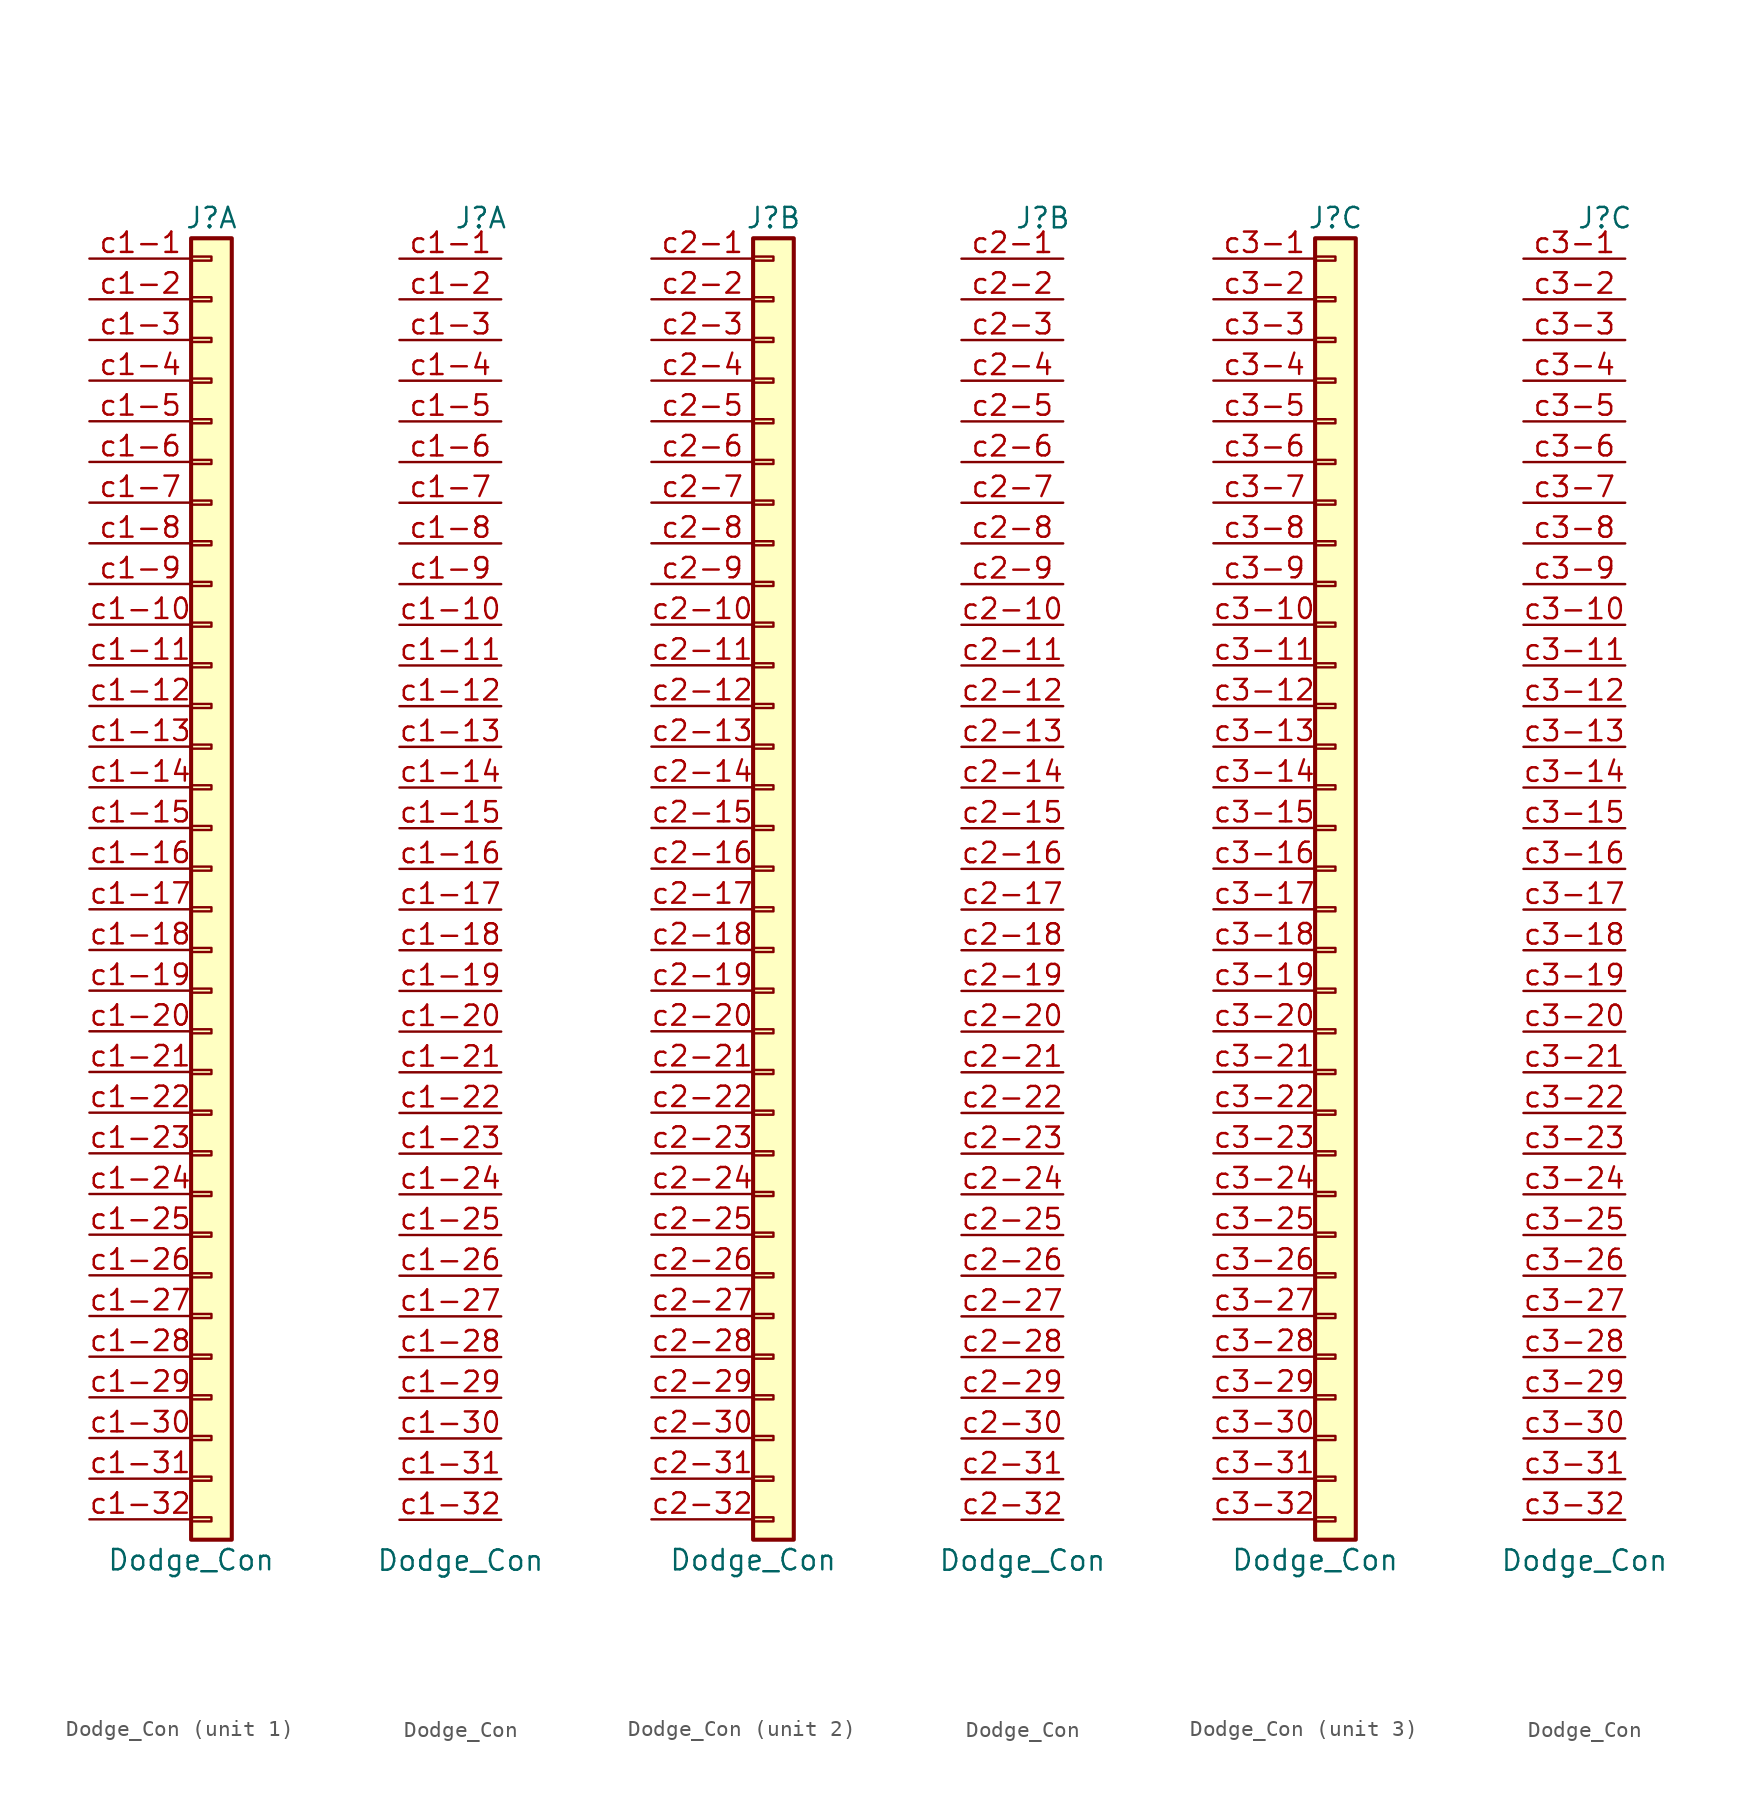
<source format=kicad_sym>
(kicad_symbol_lib
  (version 20211014)
  (generator kicad_symbol_editor)
  (symbol "Dodge_Con"
    (pin_names
      (offset 1.016) hide)
    (property "Reference" "J"
      (at 0 40.64 0)
      (effects (font (size 1.27 1.27))))
    (property "Value" "Dodge_Con"
      (at -1.27 -43.18 0)
      (effects (font (size 1.27 1.27))))
    (symbol "Dodge_Con_1_1"
      (rectangle (start -1.27 -40.513) (end 0 -40.767) (stroke (width 0.152) (type default) (color 0 0 0 0)) (fill (type none)))
      (rectangle (start -1.27 -37.973) (end 0 -38.227) (stroke (width 0.152) (type default) (color 0 0 0 0)) (fill (type none)))
      (rectangle (start -1.27 -35.433) (end 0 -35.687) (stroke (width 0.152) (type default) (color 0 0 0 0)) (fill (type none)))
      (rectangle (start -1.27 -32.893) (end 0 -33.147) (stroke (width 0.152) (type default) (color 0 0 0 0)) (fill (type none)))
      (rectangle (start -1.27 -30.353) (end 0 -30.607) (stroke (width 0.152) (type default) (color 0 0 0 0)) (fill (type none)))
      (rectangle (start -1.27 -27.813) (end 0 -28.067) (stroke (width 0.152) (type default) (color 0 0 0 0)) (fill (type none)))
      (rectangle (start -1.27 -25.273) (end 0 -25.527) (stroke (width 0.152) (type default) (color 0 0 0 0)) (fill (type none)))
      (rectangle (start -1.27 -22.733) (end 0 -22.987) (stroke (width 0.152) (type default) (color 0 0 0 0)) (fill (type none)))
      (rectangle (start -1.27 -20.193) (end 0 -20.447) (stroke (width 0.152) (type default) (color 0 0 0 0)) (fill (type none)))
      (rectangle (start -1.27 -17.653) (end 0 -17.907) (stroke (width 0.152) (type default) (color 0 0 0 0)) (fill (type none)))
      (rectangle (start -1.27 -15.113) (end 0 -15.367) (stroke (width 0.152) (type default) (color 0 0 0 0)) (fill (type none)))
      (rectangle (start -1.27 -12.573) (end 0 -12.827) (stroke (width 0.152) (type default) (color 0 0 0 0)) (fill (type none)))
      (rectangle (start -1.27 -10.033) (end 0 -10.287) (stroke (width 0.152) (type default) (color 0 0 0 0)) (fill (type none)))
      (rectangle (start -1.27 -7.493) (end 0 -7.747) (stroke (width 0.152) (type default) (color 0 0 0 0)) (fill (type none)))
      (rectangle (start -1.27 -4.953) (end 0 -5.207) (stroke (width 0.152) (type default) (color 0 0 0 0)) (fill (type none)))
      (rectangle (start -1.27 -2.413) (end 0 -2.667) (stroke (width 0.152) (type default) (color 0 0 0 0)) (fill (type none)))
      (rectangle (start -1.27 0.127) (end 0 -0.127) (stroke (width 0.152) (type default) (color 0 0 0 0)) (fill (type none)))
      (rectangle (start -1.27 2.667) (end 0 2.413) (stroke (width 0.152) (type default) (color 0 0 0 0)) (fill (type none)))
      (rectangle (start -1.27 5.207) (end 0 4.953) (stroke (width 0.152) (type default) (color 0 0 0 0)) (fill (type none)))
      (rectangle (start -1.27 7.747) (end 0 7.493) (stroke (width 0.152) (type default) (color 0 0 0 0)) (fill (type none)))
      (rectangle (start -1.27 10.287) (end 0 10.033) (stroke (width 0.152) (type default) (color 0 0 0 0)) (fill (type none)))
      (rectangle (start -1.27 12.827) (end 0 12.573) (stroke (width 0.152) (type default) (color 0 0 0 0)) (fill (type none)))
      (rectangle (start -1.27 15.367) (end 0 15.113) (stroke (width 0.152) (type default) (color 0 0 0 0)) (fill (type none)))
      (rectangle (start -1.27 17.907) (end 0 17.653) (stroke (width 0.152) (type default) (color 0 0 0 0)) (fill (type none)))
      (rectangle (start -1.27 20.447) (end 0 20.193) (stroke (width 0.152) (type default) (color 0 0 0 0)) (fill (type none)))
      (rectangle (start -1.27 22.987) (end 0 22.733) (stroke (width 0.152) (type default) (color 0 0 0 0)) (fill (type none)))
      (rectangle (start -1.27 25.527) (end 0 25.273) (stroke (width 0.152) (type default) (color 0 0 0 0)) (fill (type none)))
      (rectangle (start -1.27 28.067) (end 0 27.813) (stroke (width 0.152) (type default) (color 0 0 0 0)) (fill (type none)))
      (rectangle (start -1.27 30.607) (end 0 30.353) (stroke (width 0.152) (type default) (color 0 0 0 0)) (fill (type none)))
      (rectangle (start -1.27 33.147) (end 0 32.893) (stroke (width 0.152) (type default) (color 0 0 0 0)) (fill (type none)))
      (rectangle (start -1.27 35.687) (end 0 35.433) (stroke (width 0.152) (type default) (color 0 0 0 0)) (fill (type none)))
      (rectangle (start -1.27 38.227) (end 0 37.973) (stroke (width 0.152) (type default) (color 0 0 0 0)) (fill (type none)))
      (rectangle (start -1.27 39.37) (end 1.27 -41.91) (stroke (width 0.254) (type default) (color 0 0 0 0)) (fill (type background)))
      (pin passive line (at -7.62 38.1 0) (length 6.35) (name "Pin_1" (effects (font (size 1.27 1.27)))) (number "c1-1" (effects (font (size 1.27 1.27)))))
      (pin passive line (at -7.62 15.24 0) (length 6.35) (name "Pin_10" (effects (font (size 1.27 1.27)))) (number "c1-10" (effects (font (size 1.27 1.27)))))
      (pin passive line (at -7.62 12.7 0) (length 6.35) (name "Pin_11" (effects (font (size 1.27 1.27)))) (number "c1-11" (effects (font (size 1.27 1.27)))))
      (pin passive line (at -7.62 10.16 0) (length 6.35) (name "Pin_12" (effects (font (size 1.27 1.27)))) (number "c1-12" (effects (font (size 1.27 1.27)))))
      (pin passive line (at -7.62 7.62 0) (length 6.35) (name "Pin_13" (effects (font (size 1.27 1.27)))) (number "c1-13" (effects (font (size 1.27 1.27)))))
      (pin passive line (at -7.62 5.08 0) (length 6.35) (name "Pin_14" (effects (font (size 1.27 1.27)))) (number "c1-14" (effects (font (size 1.27 1.27)))))
      (pin passive line (at -7.62 2.54 0) (length 6.35) (name "Pin_15" (effects (font (size 1.27 1.27)))) (number "c1-15" (effects (font (size 1.27 1.27)))))
      (pin passive line (at -7.62 0 0) (length 6.35) (name "Pin_16" (effects (font (size 1.27 1.27)))) (number "c1-16" (effects (font (size 1.27 1.27)))))
      (pin passive line (at -7.62 -2.54 0) (length 6.35) (name "Pin_17" (effects (font (size 1.27 1.27)))) (number "c1-17" (effects (font (size 1.27 1.27)))))
      (pin passive line (at -7.62 -5.08 0) (length 6.35) (name "Pin_18" (effects (font (size 1.27 1.27)))) (number "c1-18" (effects (font (size 1.27 1.27)))))
      (pin passive line (at -7.62 -7.62 0) (length 6.35) (name "Pin_19" (effects (font (size 1.27 1.27)))) (number "c1-19" (effects (font (size 1.27 1.27)))))
      (pin passive line (at -7.62 35.56 0) (length 6.35) (name "Pin_2" (effects (font (size 1.27 1.27)))) (number "c1-2" (effects (font (size 1.27 1.27)))))
      (pin passive line (at -7.62 -10.16 0) (length 6.35) (name "Pin_20" (effects (font (size 1.27 1.27)))) (number "c1-20" (effects (font (size 1.27 1.27)))))
      (pin passive line (at -7.62 -12.7 0) (length 6.35) (name "Pin_21" (effects (font (size 1.27 1.27)))) (number "c1-21" (effects (font (size 1.27 1.27)))))
      (pin passive line (at -7.62 -15.24 0) (length 6.35) (name "Pin_22" (effects (font (size 1.27 1.27)))) (number "c1-22" (effects (font (size 1.27 1.27)))))
      (pin passive line (at -7.62 -17.78 0) (length 6.35) (name "Pin_23" (effects (font (size 1.27 1.27)))) (number "c1-23" (effects (font (size 1.27 1.27)))))
      (pin passive line (at -7.62 -20.32 0) (length 6.35) (name "Pin_24" (effects (font (size 1.27 1.27)))) (number "c1-24" (effects (font (size 1.27 1.27)))))
      (pin passive line (at -7.62 -22.86 0) (length 6.35) (name "Pin_25" (effects (font (size 1.27 1.27)))) (number "c1-25" (effects (font (size 1.27 1.27)))))
      (pin passive line (at -7.62 -25.4 0) (length 6.35) (name "Pin_26" (effects (font (size 1.27 1.27)))) (number "c1-26" (effects (font (size 1.27 1.27)))))
      (pin passive line (at -7.62 -27.94 0) (length 6.35) (name "Pin_27" (effects (font (size 1.27 1.27)))) (number "c1-27" (effects (font (size 1.27 1.27)))))
      (pin passive line (at -7.62 -30.48 0) (length 6.35) (name "Pin_28" (effects (font (size 1.27 1.27)))) (number "c1-28" (effects (font (size 1.27 1.27)))))
      (pin passive line (at -7.62 -33.02 0) (length 6.35) (name "Pin_29" (effects (font (size 1.27 1.27)))) (number "c1-29" (effects (font (size 1.27 1.27)))))
      (pin passive line (at -7.62 33.02 0) (length 6.35) (name "Pin_3" (effects (font (size 1.27 1.27)))) (number "c1-3" (effects (font (size 1.27 1.27)))))
      (pin passive line (at -7.62 -35.56 0) (length 6.35) (name "Pin_30" (effects (font (size 1.27 1.27)))) (number "c1-30" (effects (font (size 1.27 1.27)))))
      (pin passive line (at -7.62 -38.1 0) (length 6.35) (name "Pin_31" (effects (font (size 1.27 1.27)))) (number "c1-31" (effects (font (size 1.27 1.27)))))
      (pin passive line (at -7.62 -40.64 0) (length 6.35) (name "Pin_32" (effects (font (size 1.27 1.27)))) (number "c1-32" (effects (font (size 1.27 1.27)))))
      (pin passive line (at -7.62 30.48 0) (length 6.35) (name "Pin_4" (effects (font (size 1.27 1.27)))) (number "c1-4" (effects (font (size 1.27 1.27)))))
      (pin passive line (at -7.62 27.94 0) (length 6.35) (name "Pin_5" (effects (font (size 1.27 1.27)))) (number "c1-5" (effects (font (size 1.27 1.27)))))
      (pin passive line (at -7.62 25.4 0) (length 6.35) (name "Pin_6" (effects (font (size 1.27 1.27)))) (number "c1-6" (effects (font (size 1.27 1.27)))))
      (pin passive line (at -7.62 22.86 0) (length 6.35) (name "Pin_7" (effects (font (size 1.27 1.27)))) (number "c1-7" (effects (font (size 1.27 1.27)))))
      (pin passive line (at -7.62 20.32 0) (length 6.35) (name "Pin_8" (effects (font (size 1.27 1.27)))) (number "c1-8" (effects (font (size 1.27 1.27)))))
      (pin passive line (at -7.62 17.78 0) (length 6.35) (name "Pin_9" (effects (font (size 1.27 1.27)))) (number "c1-9" (effects (font (size 1.27 1.27))))))
    (symbol "Dodge_Con_1_2"
      (pin passive line (at -5.08 38.1 0) (length 6.35) (name "Pin_1" (effects (font (size 1.27 1.27)))) (number "c1-1" (effects (font (size 1.27 1.27)))))
      (pin passive line (at -5.08 15.24 0) (length 6.35) (name "Pin_10" (effects (font (size 1.27 1.27)))) (number "c1-10" (effects (font (size 1.27 1.27)))))
      (pin passive line (at -5.08 12.7 0) (length 6.35) (name "Pin_11" (effects (font (size 1.27 1.27)))) (number "c1-11" (effects (font (size 1.27 1.27)))))
      (pin passive line (at -5.08 10.16 0) (length 6.35) (name "Pin_12" (effects (font (size 1.27 1.27)))) (number "c1-12" (effects (font (size 1.27 1.27)))))
      (pin passive line (at -5.08 7.62 0) (length 6.35) (name "Pin_13" (effects (font (size 1.27 1.27)))) (number "c1-13" (effects (font (size 1.27 1.27)))))
      (pin passive line (at -5.08 5.08 0) (length 6.35) (name "Pin_14" (effects (font (size 1.27 1.27)))) (number "c1-14" (effects (font (size 1.27 1.27)))))
      (pin passive line (at -5.08 2.54 0) (length 6.35) (name "Pin_15" (effects (font (size 1.27 1.27)))) (number "c1-15" (effects (font (size 1.27 1.27)))))
      (pin passive line (at -5.08 0 0) (length 6.35) (name "Pin_16" (effects (font (size 1.27 1.27)))) (number "c1-16" (effects (font (size 1.27 1.27)))))
      (pin passive line (at -5.08 -2.54 0) (length 6.35) (name "Pin_17" (effects (font (size 1.27 1.27)))) (number "c1-17" (effects (font (size 1.27 1.27)))))
      (pin passive line (at -5.08 -5.08 0) (length 6.35) (name "Pin_18" (effects (font (size 1.27 1.27)))) (number "c1-18" (effects (font (size 1.27 1.27)))))
      (pin passive line (at -5.08 -7.62 0) (length 6.35) (name "Pin_19" (effects (font (size 1.27 1.27)))) (number "c1-19" (effects (font (size 1.27 1.27)))))
      (pin passive line (at -5.08 35.56 0) (length 6.35) (name "Pin_2" (effects (font (size 1.27 1.27)))) (number "c1-2" (effects (font (size 1.27 1.27)))))
      (pin passive line (at -5.08 -10.16 0) (length 6.35) (name "Pin_20" (effects (font (size 1.27 1.27)))) (number "c1-20" (effects (font (size 1.27 1.27)))))
      (pin passive line (at -5.08 -12.7 0) (length 6.35) (name "Pin_21" (effects (font (size 1.27 1.27)))) (number "c1-21" (effects (font (size 1.27 1.27)))))
      (pin passive line (at -5.08 -15.24 0) (length 6.35) (name "Pin_22" (effects (font (size 1.27 1.27)))) (number "c1-22" (effects (font (size 1.27 1.27)))))
      (pin passive line (at -5.08 -17.78 0) (length 6.35) (name "Pin_23" (effects (font (size 1.27 1.27)))) (number "c1-23" (effects (font (size 1.27 1.27)))))
      (pin passive line (at -5.08 -20.32 0) (length 6.35) (name "Pin_24" (effects (font (size 1.27 1.27)))) (number "c1-24" (effects (font (size 1.27 1.27)))))
      (pin passive line (at -5.08 -22.86 0) (length 6.35) (name "Pin_25" (effects (font (size 1.27 1.27)))) (number "c1-25" (effects (font (size 1.27 1.27)))))
      (pin passive line (at -5.08 -25.4 0) (length 6.35) (name "Pin_26" (effects (font (size 1.27 1.27)))) (number "c1-26" (effects (font (size 1.27 1.27)))))
      (pin passive line (at -5.08 -27.94 0) (length 6.35) (name "Pin_27" (effects (font (size 1.27 1.27)))) (number "c1-27" (effects (font (size 1.27 1.27)))))
      (pin passive line (at -5.08 -30.48 0) (length 6.35) (name "Pin_28" (effects (font (size 1.27 1.27)))) (number "c1-28" (effects (font (size 1.27 1.27)))))
      (pin passive line (at -5.08 -33.02 0) (length 6.35) (name "Pin_29" (effects (font (size 1.27 1.27)))) (number "c1-29" (effects (font (size 1.27 1.27)))))
      (pin passive line (at -5.08 33.02 0) (length 6.35) (name "Pin_3" (effects (font (size 1.27 1.27)))) (number "c1-3" (effects (font (size 1.27 1.27)))))
      (pin passive line (at -5.08 -35.56 0) (length 6.35) (name "Pin_30" (effects (font (size 1.27 1.27)))) (number "c1-30" (effects (font (size 1.27 1.27)))))
      (pin passive line (at -5.08 -38.1 0) (length 6.35) (name "Pin_31" (effects (font (size 1.27 1.27)))) (number "c1-31" (effects (font (size 1.27 1.27)))))
      (pin passive line (at -5.08 -40.64 0) (length 6.35) (name "Pin_32" (effects (font (size 1.27 1.27)))) (number "c1-32" (effects (font (size 1.27 1.27)))))
      (pin passive line (at -5.08 30.48 0) (length 6.35) (name "Pin_4" (effects (font (size 1.27 1.27)))) (number "c1-4" (effects (font (size 1.27 1.27)))))
      (pin passive line (at -5.08 27.94 0) (length 6.35) (name "Pin_5" (effects (font (size 1.27 1.27)))) (number "c1-5" (effects (font (size 1.27 1.27)))))
      (pin passive line (at -5.08 25.4 0) (length 6.35) (name "Pin_6" (effects (font (size 1.27 1.27)))) (number "c1-6" (effects (font (size 1.27 1.27)))))
      (pin passive line (at -5.08 22.86 0) (length 6.35) (name "Pin_7" (effects (font (size 1.27 1.27)))) (number "c1-7" (effects (font (size 1.27 1.27)))))
      (pin passive line (at -5.08 20.32 0) (length 6.35) (name "Pin_8" (effects (font (size 1.27 1.27)))) (number "c1-8" (effects (font (size 1.27 1.27)))))
      (pin passive line (at -5.08 17.78 0) (length 6.35) (name "Pin_9" (effects (font (size 1.27 1.27)))) (number "c1-9" (effects (font (size 1.27 1.27))))))
    (symbol "Dodge_Con_2_1"
      (rectangle (start -1.27 -40.513) (end 0 -40.767) (stroke (width 0.152) (type default) (color 0 0 0 0)) (fill (type none)))
      (rectangle (start -1.27 -37.973) (end 0 -38.227) (stroke (width 0.152) (type default) (color 0 0 0 0)) (fill (type none)))
      (rectangle (start -1.27 -35.433) (end 0 -35.687) (stroke (width 0.152) (type default) (color 0 0 0 0)) (fill (type none)))
      (rectangle (start -1.27 -32.893) (end 0 -33.147) (stroke (width 0.152) (type default) (color 0 0 0 0)) (fill (type none)))
      (rectangle (start -1.27 -30.353) (end 0 -30.607) (stroke (width 0.152) (type default) (color 0 0 0 0)) (fill (type none)))
      (rectangle (start -1.27 -27.813) (end 0 -28.067) (stroke (width 0.152) (type default) (color 0 0 0 0)) (fill (type none)))
      (rectangle (start -1.27 -25.273) (end 0 -25.527) (stroke (width 0.152) (type default) (color 0 0 0 0)) (fill (type none)))
      (rectangle (start -1.27 -22.733) (end 0 -22.987) (stroke (width 0.152) (type default) (color 0 0 0 0)) (fill (type none)))
      (rectangle (start -1.27 -20.193) (end 0 -20.447) (stroke (width 0.152) (type default) (color 0 0 0 0)) (fill (type none)))
      (rectangle (start -1.27 -17.653) (end 0 -17.907) (stroke (width 0.152) (type default) (color 0 0 0 0)) (fill (type none)))
      (rectangle (start -1.27 -15.113) (end 0 -15.367) (stroke (width 0.152) (type default) (color 0 0 0 0)) (fill (type none)))
      (rectangle (start -1.27 -12.573) (end 0 -12.827) (stroke (width 0.152) (type default) (color 0 0 0 0)) (fill (type none)))
      (rectangle (start -1.27 -10.033) (end 0 -10.287) (stroke (width 0.152) (type default) (color 0 0 0 0)) (fill (type none)))
      (rectangle (start -1.27 -7.493) (end 0 -7.747) (stroke (width 0.152) (type default) (color 0 0 0 0)) (fill (type none)))
      (rectangle (start -1.27 -4.953) (end 0 -5.207) (stroke (width 0.152) (type default) (color 0 0 0 0)) (fill (type none)))
      (rectangle (start -1.27 -2.413) (end 0 -2.667) (stroke (width 0.152) (type default) (color 0 0 0 0)) (fill (type none)))
      (rectangle (start -1.27 0.127) (end 0 -0.127) (stroke (width 0.152) (type default) (color 0 0 0 0)) (fill (type none)))
      (rectangle (start -1.27 2.667) (end 0 2.413) (stroke (width 0.152) (type default) (color 0 0 0 0)) (fill (type none)))
      (rectangle (start -1.27 5.207) (end 0 4.953) (stroke (width 0.152) (type default) (color 0 0 0 0)) (fill (type none)))
      (rectangle (start -1.27 7.747) (end 0 7.493) (stroke (width 0.152) (type default) (color 0 0 0 0)) (fill (type none)))
      (rectangle (start -1.27 10.287) (end 0 10.033) (stroke (width 0.152) (type default) (color 0 0 0 0)) (fill (type none)))
      (rectangle (start -1.27 12.827) (end 0 12.573) (stroke (width 0.152) (type default) (color 0 0 0 0)) (fill (type none)))
      (rectangle (start -1.27 15.367) (end 0 15.113) (stroke (width 0.152) (type default) (color 0 0 0 0)) (fill (type none)))
      (rectangle (start -1.27 17.907) (end 0 17.653) (stroke (width 0.152) (type default) (color 0 0 0 0)) (fill (type none)))
      (rectangle (start -1.27 20.447) (end 0 20.193) (stroke (width 0.152) (type default) (color 0 0 0 0)) (fill (type none)))
      (rectangle (start -1.27 22.987) (end 0 22.733) (stroke (width 0.152) (type default) (color 0 0 0 0)) (fill (type none)))
      (rectangle (start -1.27 25.527) (end 0 25.273) (stroke (width 0.152) (type default) (color 0 0 0 0)) (fill (type none)))
      (rectangle (start -1.27 28.067) (end 0 27.813) (stroke (width 0.152) (type default) (color 0 0 0 0)) (fill (type none)))
      (rectangle (start -1.27 30.607) (end 0 30.353) (stroke (width 0.152) (type default) (color 0 0 0 0)) (fill (type none)))
      (rectangle (start -1.27 33.147) (end 0 32.893) (stroke (width 0.152) (type default) (color 0 0 0 0)) (fill (type none)))
      (rectangle (start -1.27 35.687) (end 0 35.433) (stroke (width 0.152) (type default) (color 0 0 0 0)) (fill (type none)))
      (rectangle (start -1.27 38.227) (end 0 37.973) (stroke (width 0.152) (type default) (color 0 0 0 0)) (fill (type none)))
      (rectangle (start -1.27 39.37) (end 1.27 -41.91) (stroke (width 0.254) (type default) (color 0 0 0 0)) (fill (type background)))
      (pin passive line (at -7.62 38.1 0) (length 6.35) (name "Pin_1" (effects (font (size 1.27 1.27)))) (number "c2-1" (effects (font (size 1.27 1.27)))))
      (pin passive line (at -7.62 15.24 0) (length 6.35) (name "Pin_10" (effects (font (size 1.27 1.27)))) (number "c2-10" (effects (font (size 1.27 1.27)))))
      (pin passive line (at -7.62 12.7 0) (length 6.35) (name "Pin_11" (effects (font (size 1.27 1.27)))) (number "c2-11" (effects (font (size 1.27 1.27)))))
      (pin passive line (at -7.62 10.16 0) (length 6.35) (name "Pin_12" (effects (font (size 1.27 1.27)))) (number "c2-12" (effects (font (size 1.27 1.27)))))
      (pin passive line (at -7.62 7.62 0) (length 6.35) (name "Pin_13" (effects (font (size 1.27 1.27)))) (number "c2-13" (effects (font (size 1.27 1.27)))))
      (pin passive line (at -7.62 5.08 0) (length 6.35) (name "Pin_14" (effects (font (size 1.27 1.27)))) (number "c2-14" (effects (font (size 1.27 1.27)))))
      (pin passive line (at -7.62 2.54 0) (length 6.35) (name "Pin_15" (effects (font (size 1.27 1.27)))) (number "c2-15" (effects (font (size 1.27 1.27)))))
      (pin passive line (at -7.62 0 0) (length 6.35) (name "Pin_16" (effects (font (size 1.27 1.27)))) (number "c2-16" (effects (font (size 1.27 1.27)))))
      (pin passive line (at -7.62 -2.54 0) (length 6.35) (name "Pin_17" (effects (font (size 1.27 1.27)))) (number "c2-17" (effects (font (size 1.27 1.27)))))
      (pin passive line (at -7.62 -5.08 0) (length 6.35) (name "Pin_18" (effects (font (size 1.27 1.27)))) (number "c2-18" (effects (font (size 1.27 1.27)))))
      (pin passive line (at -7.62 -7.62 0) (length 6.35) (name "Pin_19" (effects (font (size 1.27 1.27)))) (number "c2-19" (effects (font (size 1.27 1.27)))))
      (pin passive line (at -7.62 35.56 0) (length 6.35) (name "Pin_2" (effects (font (size 1.27 1.27)))) (number "c2-2" (effects (font (size 1.27 1.27)))))
      (pin passive line (at -7.62 -10.16 0) (length 6.35) (name "Pin_20" (effects (font (size 1.27 1.27)))) (number "c2-20" (effects (font (size 1.27 1.27)))))
      (pin passive line (at -7.62 -12.7 0) (length 6.35) (name "Pin_21" (effects (font (size 1.27 1.27)))) (number "c2-21" (effects (font (size 1.27 1.27)))))
      (pin passive line (at -7.62 -15.24 0) (length 6.35) (name "Pin_22" (effects (font (size 1.27 1.27)))) (number "c2-22" (effects (font (size 1.27 1.27)))))
      (pin passive line (at -7.62 -17.78 0) (length 6.35) (name "Pin_23" (effects (font (size 1.27 1.27)))) (number "c2-23" (effects (font (size 1.27 1.27)))))
      (pin passive line (at -7.62 -20.32 0) (length 6.35) (name "Pin_24" (effects (font (size 1.27 1.27)))) (number "c2-24" (effects (font (size 1.27 1.27)))))
      (pin passive line (at -7.62 -22.86 0) (length 6.35) (name "Pin_25" (effects (font (size 1.27 1.27)))) (number "c2-25" (effects (font (size 1.27 1.27)))))
      (pin passive line (at -7.62 -25.4 0) (length 6.35) (name "Pin_26" (effects (font (size 1.27 1.27)))) (number "c2-26" (effects (font (size 1.27 1.27)))))
      (pin passive line (at -7.62 -27.94 0) (length 6.35) (name "Pin_27" (effects (font (size 1.27 1.27)))) (number "c2-27" (effects (font (size 1.27 1.27)))))
      (pin passive line (at -7.62 -30.48 0) (length 6.35) (name "Pin_28" (effects (font (size 1.27 1.27)))) (number "c2-28" (effects (font (size 1.27 1.27)))))
      (pin passive line (at -7.62 -33.02 0) (length 6.35) (name "Pin_29" (effects (font (size 1.27 1.27)))) (number "c2-29" (effects (font (size 1.27 1.27)))))
      (pin passive line (at -7.62 33.02 0) (length 6.35) (name "Pin_3" (effects (font (size 1.27 1.27)))) (number "c2-3" (effects (font (size 1.27 1.27)))))
      (pin passive line (at -7.62 -35.56 0) (length 6.35) (name "Pin_30" (effects (font (size 1.27 1.27)))) (number "c2-30" (effects (font (size 1.27 1.27)))))
      (pin passive line (at -7.62 -38.1 0) (length 6.35) (name "Pin_31" (effects (font (size 1.27 1.27)))) (number "c2-31" (effects (font (size 1.27 1.27)))))
      (pin passive line (at -7.62 -40.64 0) (length 6.35) (name "Pin_32" (effects (font (size 1.27 1.27)))) (number "c2-32" (effects (font (size 1.27 1.27)))))
      (pin passive line (at -7.62 30.48 0) (length 6.35) (name "Pin_4" (effects (font (size 1.27 1.27)))) (number "c2-4" (effects (font (size 1.27 1.27)))))
      (pin passive line (at -7.62 27.94 0) (length 6.35) (name "Pin_5" (effects (font (size 1.27 1.27)))) (number "c2-5" (effects (font (size 1.27 1.27)))))
      (pin passive line (at -7.62 25.4 0) (length 6.35) (name "Pin_6" (effects (font (size 1.27 1.27)))) (number "c2-6" (effects (font (size 1.27 1.27)))))
      (pin passive line (at -7.62 22.86 0) (length 6.35) (name "Pin_7" (effects (font (size 1.27 1.27)))) (number "c2-7" (effects (font (size 1.27 1.27)))))
      (pin passive line (at -7.62 20.32 0) (length 6.35) (name "Pin_8" (effects (font (size 1.27 1.27)))) (number "c2-8" (effects (font (size 1.27 1.27)))))
      (pin passive line (at -7.62 17.78 0) (length 6.35) (name "Pin_9" (effects (font (size 1.27 1.27)))) (number "c2-9" (effects (font (size 1.27 1.27))))))
    (symbol "Dodge_Con_2_2"
      (pin passive line (at -5.08 38.1 0) (length 6.35) (name "Pin_1" (effects (font (size 1.27 1.27)))) (number "c2-1" (effects (font (size 1.27 1.27)))))
      (pin passive line (at -5.08 15.24 0) (length 6.35) (name "Pin_10" (effects (font (size 1.27 1.27)))) (number "c2-10" (effects (font (size 1.27 1.27)))))
      (pin passive line (at -5.08 12.7 0) (length 6.35) (name "Pin_11" (effects (font (size 1.27 1.27)))) (number "c2-11" (effects (font (size 1.27 1.27)))))
      (pin passive line (at -5.08 10.16 0) (length 6.35) (name "Pin_12" (effects (font (size 1.27 1.27)))) (number "c2-12" (effects (font (size 1.27 1.27)))))
      (pin passive line (at -5.08 7.62 0) (length 6.35) (name "Pin_13" (effects (font (size 1.27 1.27)))) (number "c2-13" (effects (font (size 1.27 1.27)))))
      (pin passive line (at -5.08 5.08 0) (length 6.35) (name "Pin_14" (effects (font (size 1.27 1.27)))) (number "c2-14" (effects (font (size 1.27 1.27)))))
      (pin passive line (at -5.08 2.54 0) (length 6.35) (name "Pin_15" (effects (font (size 1.27 1.27)))) (number "c2-15" (effects (font (size 1.27 1.27)))))
      (pin passive line (at -5.08 0 0) (length 6.35) (name "Pin_16" (effects (font (size 1.27 1.27)))) (number "c2-16" (effects (font (size 1.27 1.27)))))
      (pin passive line (at -5.08 -2.54 0) (length 6.35) (name "Pin_17" (effects (font (size 1.27 1.27)))) (number "c2-17" (effects (font (size 1.27 1.27)))))
      (pin passive line (at -5.08 -5.08 0) (length 6.35) (name "Pin_18" (effects (font (size 1.27 1.27)))) (number "c2-18" (effects (font (size 1.27 1.27)))))
      (pin passive line (at -5.08 -7.62 0) (length 6.35) (name "Pin_19" (effects (font (size 1.27 1.27)))) (number "c2-19" (effects (font (size 1.27 1.27)))))
      (pin passive line (at -5.08 35.56 0) (length 6.35) (name "Pin_2" (effects (font (size 1.27 1.27)))) (number "c2-2" (effects (font (size 1.27 1.27)))))
      (pin passive line (at -5.08 -10.16 0) (length 6.35) (name "Pin_20" (effects (font (size 1.27 1.27)))) (number "c2-20" (effects (font (size 1.27 1.27)))))
      (pin passive line (at -5.08 -12.7 0) (length 6.35) (name "Pin_21" (effects (font (size 1.27 1.27)))) (number "c2-21" (effects (font (size 1.27 1.27)))))
      (pin passive line (at -5.08 -15.24 0) (length 6.35) (name "Pin_22" (effects (font (size 1.27 1.27)))) (number "c2-22" (effects (font (size 1.27 1.27)))))
      (pin passive line (at -5.08 -17.78 0) (length 6.35) (name "Pin_23" (effects (font (size 1.27 1.27)))) (number "c2-23" (effects (font (size 1.27 1.27)))))
      (pin passive line (at -5.08 -20.32 0) (length 6.35) (name "Pin_24" (effects (font (size 1.27 1.27)))) (number "c2-24" (effects (font (size 1.27 1.27)))))
      (pin passive line (at -5.08 -22.86 0) (length 6.35) (name "Pin_25" (effects (font (size 1.27 1.27)))) (number "c2-25" (effects (font (size 1.27 1.27)))))
      (pin passive line (at -5.08 -25.4 0) (length 6.35) (name "Pin_26" (effects (font (size 1.27 1.27)))) (number "c2-26" (effects (font (size 1.27 1.27)))))
      (pin passive line (at -5.08 -27.94 0) (length 6.35) (name "Pin_27" (effects (font (size 1.27 1.27)))) (number "c2-27" (effects (font (size 1.27 1.27)))))
      (pin passive line (at -5.08 -30.48 0) (length 6.35) (name "Pin_28" (effects (font (size 1.27 1.27)))) (number "c2-28" (effects (font (size 1.27 1.27)))))
      (pin passive line (at -5.08 -33.02 0) (length 6.35) (name "Pin_29" (effects (font (size 1.27 1.27)))) (number "c2-29" (effects (font (size 1.27 1.27)))))
      (pin passive line (at -5.08 33.02 0) (length 6.35) (name "Pin_3" (effects (font (size 1.27 1.27)))) (number "c2-3" (effects (font (size 1.27 1.27)))))
      (pin passive line (at -5.08 -35.56 0) (length 6.35) (name "Pin_30" (effects (font (size 1.27 1.27)))) (number "c2-30" (effects (font (size 1.27 1.27)))))
      (pin passive line (at -5.08 -38.1 0) (length 6.35) (name "Pin_31" (effects (font (size 1.27 1.27)))) (number "c2-31" (effects (font (size 1.27 1.27)))))
      (pin passive line (at -5.08 -40.64 0) (length 6.35) (name "Pin_32" (effects (font (size 1.27 1.27)))) (number "c2-32" (effects (font (size 1.27 1.27)))))
      (pin passive line (at -5.08 30.48 0) (length 6.35) (name "Pin_4" (effects (font (size 1.27 1.27)))) (number "c2-4" (effects (font (size 1.27 1.27)))))
      (pin passive line (at -5.08 27.94 0) (length 6.35) (name "Pin_5" (effects (font (size 1.27 1.27)))) (number "c2-5" (effects (font (size 1.27 1.27)))))
      (pin passive line (at -5.08 25.4 0) (length 6.35) (name "Pin_6" (effects (font (size 1.27 1.27)))) (number "c2-6" (effects (font (size 1.27 1.27)))))
      (pin passive line (at -5.08 22.86 0) (length 6.35) (name "Pin_7" (effects (font (size 1.27 1.27)))) (number "c2-7" (effects (font (size 1.27 1.27)))))
      (pin passive line (at -5.08 20.32 0) (length 6.35) (name "Pin_8" (effects (font (size 1.27 1.27)))) (number "c2-8" (effects (font (size 1.27 1.27)))))
      (pin passive line (at -5.08 17.78 0) (length 6.35) (name "Pin_9" (effects (font (size 1.27 1.27)))) (number "c2-9" (effects (font (size 1.27 1.27))))))
    (symbol "Dodge_Con_3_1"
      (rectangle (start -1.27 -40.513) (end 0 -40.767) (stroke (width 0.152) (type default) (color 0 0 0 0)) (fill (type none)))
      (rectangle (start -1.27 -37.973) (end 0 -38.227) (stroke (width 0.152) (type default) (color 0 0 0 0)) (fill (type none)))
      (rectangle (start -1.27 -35.433) (end 0 -35.687) (stroke (width 0.152) (type default) (color 0 0 0 0)) (fill (type none)))
      (rectangle (start -1.27 -32.893) (end 0 -33.147) (stroke (width 0.152) (type default) (color 0 0 0 0)) (fill (type none)))
      (rectangle (start -1.27 -30.353) (end 0 -30.607) (stroke (width 0.152) (type default) (color 0 0 0 0)) (fill (type none)))
      (rectangle (start -1.27 -27.813) (end 0 -28.067) (stroke (width 0.152) (type default) (color 0 0 0 0)) (fill (type none)))
      (rectangle (start -1.27 -25.273) (end 0 -25.527) (stroke (width 0.152) (type default) (color 0 0 0 0)) (fill (type none)))
      (rectangle (start -1.27 -22.733) (end 0 -22.987) (stroke (width 0.152) (type default) (color 0 0 0 0)) (fill (type none)))
      (rectangle (start -1.27 -20.193) (end 0 -20.447) (stroke (width 0.152) (type default) (color 0 0 0 0)) (fill (type none)))
      (rectangle (start -1.27 -17.653) (end 0 -17.907) (stroke (width 0.152) (type default) (color 0 0 0 0)) (fill (type none)))
      (rectangle (start -1.27 -15.113) (end 0 -15.367) (stroke (width 0.152) (type default) (color 0 0 0 0)) (fill (type none)))
      (rectangle (start -1.27 -12.573) (end 0 -12.827) (stroke (width 0.152) (type default) (color 0 0 0 0)) (fill (type none)))
      (rectangle (start -1.27 -10.033) (end 0 -10.287) (stroke (width 0.152) (type default) (color 0 0 0 0)) (fill (type none)))
      (rectangle (start -1.27 -7.493) (end 0 -7.747) (stroke (width 0.152) (type default) (color 0 0 0 0)) (fill (type none)))
      (rectangle (start -1.27 -4.953) (end 0 -5.207) (stroke (width 0.152) (type default) (color 0 0 0 0)) (fill (type none)))
      (rectangle (start -1.27 -2.413) (end 0 -2.667) (stroke (width 0.152) (type default) (color 0 0 0 0)) (fill (type none)))
      (rectangle (start -1.27 0.127) (end 0 -0.127) (stroke (width 0.152) (type default) (color 0 0 0 0)) (fill (type none)))
      (rectangle (start -1.27 2.667) (end 0 2.413) (stroke (width 0.152) (type default) (color 0 0 0 0)) (fill (type none)))
      (rectangle (start -1.27 5.207) (end 0 4.953) (stroke (width 0.152) (type default) (color 0 0 0 0)) (fill (type none)))
      (rectangle (start -1.27 7.747) (end 0 7.493) (stroke (width 0.152) (type default) (color 0 0 0 0)) (fill (type none)))
      (rectangle (start -1.27 10.287) (end 0 10.033) (stroke (width 0.152) (type default) (color 0 0 0 0)) (fill (type none)))
      (rectangle (start -1.27 12.827) (end 0 12.573) (stroke (width 0.152) (type default) (color 0 0 0 0)) (fill (type none)))
      (rectangle (start -1.27 15.367) (end 0 15.113) (stroke (width 0.152) (type default) (color 0 0 0 0)) (fill (type none)))
      (rectangle (start -1.27 17.907) (end 0 17.653) (stroke (width 0.152) (type default) (color 0 0 0 0)) (fill (type none)))
      (rectangle (start -1.27 20.447) (end 0 20.193) (stroke (width 0.152) (type default) (color 0 0 0 0)) (fill (type none)))
      (rectangle (start -1.27 22.987) (end 0 22.733) (stroke (width 0.152) (type default) (color 0 0 0 0)) (fill (type none)))
      (rectangle (start -1.27 25.527) (end 0 25.273) (stroke (width 0.152) (type default) (color 0 0 0 0)) (fill (type none)))
      (rectangle (start -1.27 28.067) (end 0 27.813) (stroke (width 0.152) (type default) (color 0 0 0 0)) (fill (type none)))
      (rectangle (start -1.27 30.607) (end 0 30.353) (stroke (width 0.152) (type default) (color 0 0 0 0)) (fill (type none)))
      (rectangle (start -1.27 33.147) (end 0 32.893) (stroke (width 0.152) (type default) (color 0 0 0 0)) (fill (type none)))
      (rectangle (start -1.27 35.687) (end 0 35.433) (stroke (width 0.152) (type default) (color 0 0 0 0)) (fill (type none)))
      (rectangle (start -1.27 38.227) (end 0 37.973) (stroke (width 0.152) (type default) (color 0 0 0 0)) (fill (type none)))
      (rectangle (start -1.27 39.37) (end 1.27 -41.91) (stroke (width 0.254) (type default) (color 0 0 0 0)) (fill (type background)))
      (pin passive line (at -7.62 38.1 0) (length 6.35) (name "Pin_1" (effects (font (size 1.27 1.27)))) (number "c3-1" (effects (font (size 1.27 1.27)))))
      (pin passive line (at -7.62 15.24 0) (length 6.35) (name "Pin_10" (effects (font (size 1.27 1.27)))) (number "c3-10" (effects (font (size 1.27 1.27)))))
      (pin passive line (at -7.62 12.7 0) (length 6.35) (name "Pin_11" (effects (font (size 1.27 1.27)))) (number "c3-11" (effects (font (size 1.27 1.27)))))
      (pin passive line (at -7.62 10.16 0) (length 6.35) (name "Pin_12" (effects (font (size 1.27 1.27)))) (number "c3-12" (effects (font (size 1.27 1.27)))))
      (pin passive line (at -7.62 7.62 0) (length 6.35) (name "Pin_13" (effects (font (size 1.27 1.27)))) (number "c3-13" (effects (font (size 1.27 1.27)))))
      (pin passive line (at -7.62 5.08 0) (length 6.35) (name "Pin_14" (effects (font (size 1.27 1.27)))) (number "c3-14" (effects (font (size 1.27 1.27)))))
      (pin passive line (at -7.62 2.54 0) (length 6.35) (name "Pin_15" (effects (font (size 1.27 1.27)))) (number "c3-15" (effects (font (size 1.27 1.27)))))
      (pin passive line (at -7.62 0 0) (length 6.35) (name "Pin_16" (effects (font (size 1.27 1.27)))) (number "c3-16" (effects (font (size 1.27 1.27)))))
      (pin passive line (at -7.62 -2.54 0) (length 6.35) (name "Pin_17" (effects (font (size 1.27 1.27)))) (number "c3-17" (effects (font (size 1.27 1.27)))))
      (pin passive line (at -7.62 -5.08 0) (length 6.35) (name "Pin_18" (effects (font (size 1.27 1.27)))) (number "c3-18" (effects (font (size 1.27 1.27)))))
      (pin passive line (at -7.62 -7.62 0) (length 6.35) (name "Pin_19" (effects (font (size 1.27 1.27)))) (number "c3-19" (effects (font (size 1.27 1.27)))))
      (pin passive line (at -7.62 35.56 0) (length 6.35) (name "Pin_2" (effects (font (size 1.27 1.27)))) (number "c3-2" (effects (font (size 1.27 1.27)))))
      (pin passive line (at -7.62 -10.16 0) (length 6.35) (name "Pin_20" (effects (font (size 1.27 1.27)))) (number "c3-20" (effects (font (size 1.27 1.27)))))
      (pin passive line (at -7.62 -12.7 0) (length 6.35) (name "Pin_21" (effects (font (size 1.27 1.27)))) (number "c3-21" (effects (font (size 1.27 1.27)))))
      (pin passive line (at -7.62 -15.24 0) (length 6.35) (name "Pin_22" (effects (font (size 1.27 1.27)))) (number "c3-22" (effects (font (size 1.27 1.27)))))
      (pin passive line (at -7.62 -17.78 0) (length 6.35) (name "Pin_23" (effects (font (size 1.27 1.27)))) (number "c3-23" (effects (font (size 1.27 1.27)))))
      (pin passive line (at -7.62 -20.32 0) (length 6.35) (name "Pin_24" (effects (font (size 1.27 1.27)))) (number "c3-24" (effects (font (size 1.27 1.27)))))
      (pin passive line (at -7.62 -22.86 0) (length 6.35) (name "Pin_25" (effects (font (size 1.27 1.27)))) (number "c3-25" (effects (font (size 1.27 1.27)))))
      (pin passive line (at -7.62 -25.4 0) (length 6.35) (name "Pin_26" (effects (font (size 1.27 1.27)))) (number "c3-26" (effects (font (size 1.27 1.27)))))
      (pin passive line (at -7.62 -27.94 0) (length 6.35) (name "Pin_27" (effects (font (size 1.27 1.27)))) (number "c3-27" (effects (font (size 1.27 1.27)))))
      (pin passive line (at -7.62 -30.48 0) (length 6.35) (name "Pin_28" (effects (font (size 1.27 1.27)))) (number "c3-28" (effects (font (size 1.27 1.27)))))
      (pin passive line (at -7.62 -33.02 0) (length 6.35) (name "Pin_29" (effects (font (size 1.27 1.27)))) (number "c3-29" (effects (font (size 1.27 1.27)))))
      (pin passive line (at -7.62 33.02 0) (length 6.35) (name "Pin_3" (effects (font (size 1.27 1.27)))) (number "c3-3" (effects (font (size 1.27 1.27)))))
      (pin passive line (at -7.62 -35.56 0) (length 6.35) (name "Pin_30" (effects (font (size 1.27 1.27)))) (number "c3-30" (effects (font (size 1.27 1.27)))))
      (pin passive line (at -7.62 -38.1 0) (length 6.35) (name "Pin_31" (effects (font (size 1.27 1.27)))) (number "c3-31" (effects (font (size 1.27 1.27)))))
      (pin passive line (at -7.62 -40.64 0) (length 6.35) (name "Pin_32" (effects (font (size 1.27 1.27)))) (number "c3-32" (effects (font (size 1.27 1.27)))))
      (pin passive line (at -7.62 30.48 0) (length 6.35) (name "Pin_4" (effects (font (size 1.27 1.27)))) (number "c3-4" (effects (font (size 1.27 1.27)))))
      (pin passive line (at -7.62 27.94 0) (length 6.35) (name "Pin_5" (effects (font (size 1.27 1.27)))) (number "c3-5" (effects (font (size 1.27 1.27)))))
      (pin passive line (at -7.62 25.4 0) (length 6.35) (name "Pin_6" (effects (font (size 1.27 1.27)))) (number "c3-6" (effects (font (size 1.27 1.27)))))
      (pin passive line (at -7.62 22.86 0) (length 6.35) (name "Pin_7" (effects (font (size 1.27 1.27)))) (number "c3-7" (effects (font (size 1.27 1.27)))))
      (pin passive line (at -7.62 20.32 0) (length 6.35) (name "Pin_8" (effects (font (size 1.27 1.27)))) (number "c3-8" (effects (font (size 1.27 1.27)))))
      (pin passive line (at -7.62 17.78 0) (length 6.35) (name "Pin_9" (effects (font (size 1.27 1.27)))) (number "c3-9" (effects (font (size 1.27 1.27))))))
    (symbol "Dodge_Con_3_2"
      (pin passive line (at -5.08 38.1 0) (length 6.35) (name "Pin_1" (effects (font (size 1.27 1.27)))) (number "c3-1" (effects (font (size 1.27 1.27)))))
      (pin passive line (at -5.08 15.24 0) (length 6.35) (name "Pin_10" (effects (font (size 1.27 1.27)))) (number "c3-10" (effects (font (size 1.27 1.27)))))
      (pin passive line (at -5.08 12.7 0) (length 6.35) (name "Pin_11" (effects (font (size 1.27 1.27)))) (number "c3-11" (effects (font (size 1.27 1.27)))))
      (pin passive line (at -5.08 10.16 0) (length 6.35) (name "Pin_12" (effects (font (size 1.27 1.27)))) (number "c3-12" (effects (font (size 1.27 1.27)))))
      (pin passive line (at -5.08 7.62 0) (length 6.35) (name "Pin_13" (effects (font (size 1.27 1.27)))) (number "c3-13" (effects (font (size 1.27 1.27)))))
      (pin passive line (at -5.08 5.08 0) (length 6.35) (name "Pin_14" (effects (font (size 1.27 1.27)))) (number "c3-14" (effects (font (size 1.27 1.27)))))
      (pin passive line (at -5.08 2.54 0) (length 6.35) (name "Pin_15" (effects (font (size 1.27 1.27)))) (number "c3-15" (effects (font (size 1.27 1.27)))))
      (pin passive line (at -5.08 0 0) (length 6.35) (name "Pin_16" (effects (font (size 1.27 1.27)))) (number "c3-16" (effects (font (size 1.27 1.27)))))
      (pin passive line (at -5.08 -2.54 0) (length 6.35) (name "Pin_17" (effects (font (size 1.27 1.27)))) (number "c3-17" (effects (font (size 1.27 1.27)))))
      (pin passive line (at -5.08 -5.08 0) (length 6.35) (name "Pin_18" (effects (font (size 1.27 1.27)))) (number "c3-18" (effects (font (size 1.27 1.27)))))
      (pin passive line (at -5.08 -7.62 0) (length 6.35) (name "Pin_19" (effects (font (size 1.27 1.27)))) (number "c3-19" (effects (font (size 1.27 1.27)))))
      (pin passive line (at -5.08 35.56 0) (length 6.35) (name "Pin_2" (effects (font (size 1.27 1.27)))) (number "c3-2" (effects (font (size 1.27 1.27)))))
      (pin passive line (at -5.08 -10.16 0) (length 6.35) (name "Pin_20" (effects (font (size 1.27 1.27)))) (number "c3-20" (effects (font (size 1.27 1.27)))))
      (pin passive line (at -5.08 -12.7 0) (length 6.35) (name "Pin_21" (effects (font (size 1.27 1.27)))) (number "c3-21" (effects (font (size 1.27 1.27)))))
      (pin passive line (at -5.08 -15.24 0) (length 6.35) (name "Pin_22" (effects (font (size 1.27 1.27)))) (number "c3-22" (effects (font (size 1.27 1.27)))))
      (pin passive line (at -5.08 -17.78 0) (length 6.35) (name "Pin_23" (effects (font (size 1.27 1.27)))) (number "c3-23" (effects (font (size 1.27 1.27)))))
      (pin passive line (at -5.08 -20.32 0) (length 6.35) (name "Pin_24" (effects (font (size 1.27 1.27)))) (number "c3-24" (effects (font (size 1.27 1.27)))))
      (pin passive line (at -5.08 -22.86 0) (length 6.35) (name "Pin_25" (effects (font (size 1.27 1.27)))) (number "c3-25" (effects (font (size 1.27 1.27)))))
      (pin passive line (at -5.08 -25.4 0) (length 6.35) (name "Pin_26" (effects (font (size 1.27 1.27)))) (number "c3-26" (effects (font (size 1.27 1.27)))))
      (pin passive line (at -5.08 -27.94 0) (length 6.35) (name "Pin_27" (effects (font (size 1.27 1.27)))) (number "c3-27" (effects (font (size 1.27 1.27)))))
      (pin passive line (at -5.08 -30.48 0) (length 6.35) (name "Pin_28" (effects (font (size 1.27 1.27)))) (number "c3-28" (effects (font (size 1.27 1.27)))))
      (pin passive line (at -5.08 -33.02 0) (length 6.35) (name "Pin_29" (effects (font (size 1.27 1.27)))) (number "c3-29" (effects (font (size 1.27 1.27)))))
      (pin passive line (at -5.08 33.02 0) (length 6.35) (name "Pin_3" (effects (font (size 1.27 1.27)))) (number "c3-3" (effects (font (size 1.27 1.27)))))
      (pin passive line (at -5.08 -35.56 0) (length 6.35) (name "Pin_30" (effects (font (size 1.27 1.27)))) (number "c3-30" (effects (font (size 1.27 1.27)))))
      (pin passive line (at -5.08 -38.1 0) (length 6.35) (name "Pin_31" (effects (font (size 1.27 1.27)))) (number "c3-31" (effects (font (size 1.27 1.27)))))
      (pin passive line (at -5.08 -40.64 0) (length 6.35) (name "Pin_32" (effects (font (size 1.27 1.27)))) (number "c3-32" (effects (font (size 1.27 1.27)))))
      (pin passive line (at -5.08 30.48 0) (length 6.35) (name "Pin_4" (effects (font (size 1.27 1.27)))) (number "c3-4" (effects (font (size 1.27 1.27)))))
      (pin passive line (at -5.08 27.94 0) (length 6.35) (name "Pin_5" (effects (font (size 1.27 1.27)))) (number "c3-5" (effects (font (size 1.27 1.27)))))
      (pin passive line (at -5.08 25.4 0) (length 6.35) (name "Pin_6" (effects (font (size 1.27 1.27)))) (number "c3-6" (effects (font (size 1.27 1.27)))))
      (pin passive line (at -5.08 22.86 0) (length 6.35) (name "Pin_7" (effects (font (size 1.27 1.27)))) (number "c3-7" (effects (font (size 1.27 1.27)))))
      (pin passive line (at -5.08 20.32 0) (length 6.35) (name "Pin_8" (effects (font (size 1.27 1.27)))) (number "c3-8" (effects (font (size 1.27 1.27)))))
      (pin passive line (at -5.08 17.78 0) (length 6.35) (name "Pin_9" (effects (font (size 1.27 1.27)))) (number "c3-9" (effects (font (size 1.27 1.27))))))))
</source>
